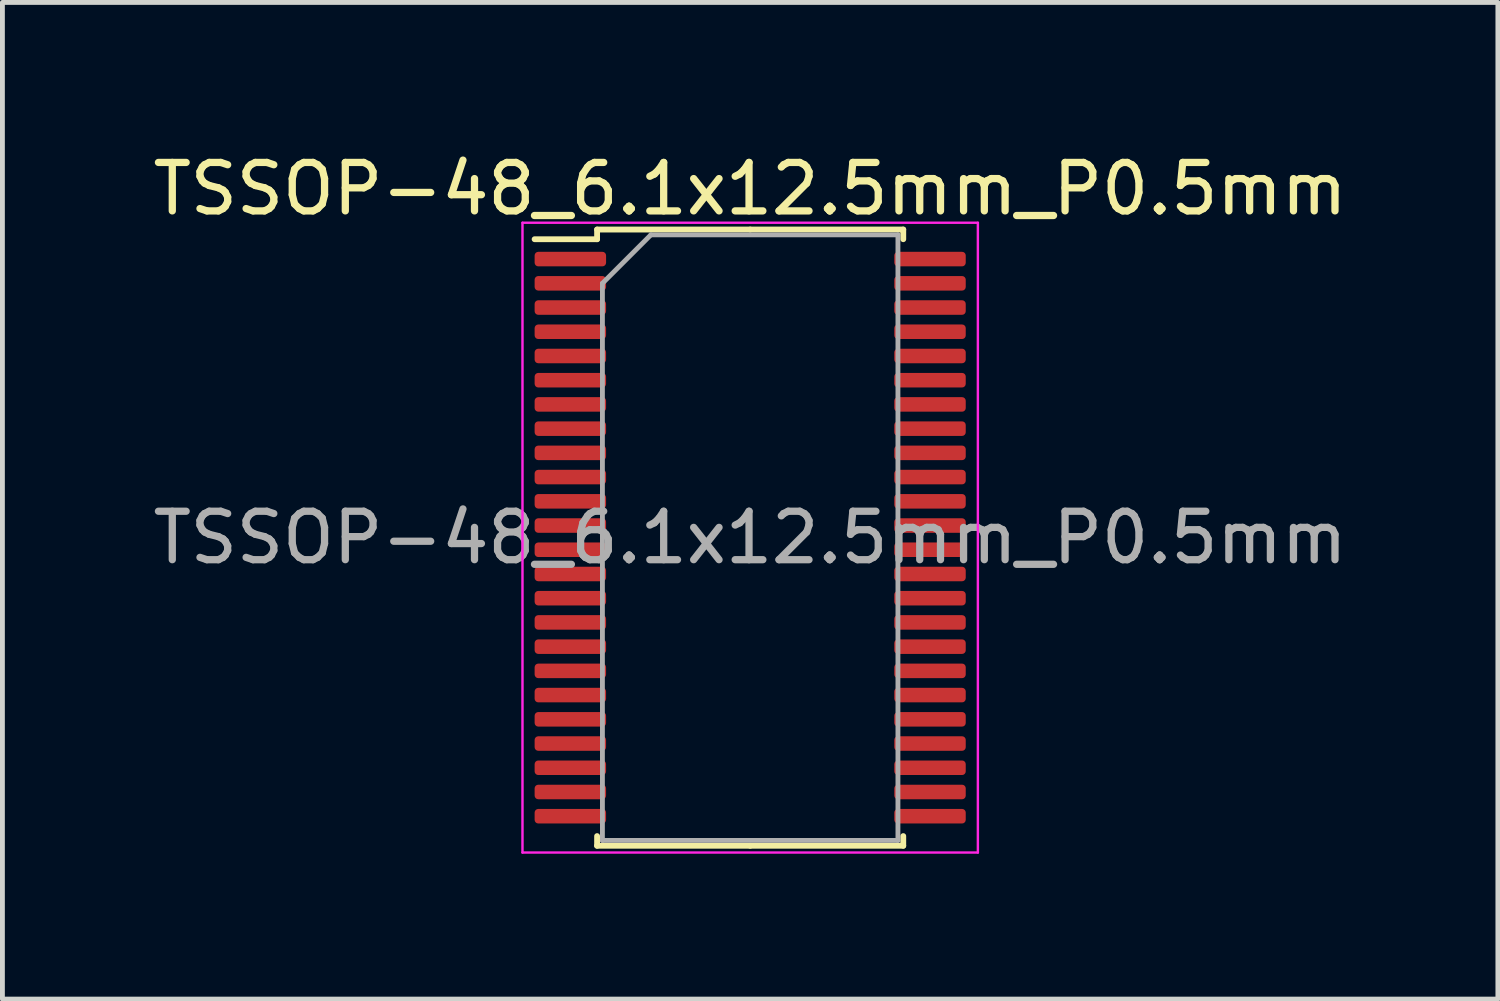
<source format=kicad_pcb>
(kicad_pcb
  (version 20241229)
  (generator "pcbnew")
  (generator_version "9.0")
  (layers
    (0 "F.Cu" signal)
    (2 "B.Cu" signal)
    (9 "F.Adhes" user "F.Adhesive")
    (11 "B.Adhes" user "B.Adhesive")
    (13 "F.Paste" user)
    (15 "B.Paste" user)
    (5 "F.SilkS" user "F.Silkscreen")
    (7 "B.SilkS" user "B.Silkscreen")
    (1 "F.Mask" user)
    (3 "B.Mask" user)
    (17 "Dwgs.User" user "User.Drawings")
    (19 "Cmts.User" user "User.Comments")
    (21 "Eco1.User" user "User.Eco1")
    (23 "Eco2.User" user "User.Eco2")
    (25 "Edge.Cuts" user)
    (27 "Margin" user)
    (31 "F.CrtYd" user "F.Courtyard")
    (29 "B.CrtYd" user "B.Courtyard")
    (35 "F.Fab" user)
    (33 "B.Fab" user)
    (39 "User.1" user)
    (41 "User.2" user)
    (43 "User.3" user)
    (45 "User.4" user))
  (footprint "TSSOP-48_6.1x12.5mm_P0.5mm"
    (layer "F.Cu")
    (at 12.435 8.048)
    (property "Reference" "TSSOP-48_6.1x12.5mm_P0.5mm" (at 0 -7.2 180) (layer "F.SilkS") (effects (font (size 1 1) (thickness 0.15))))
    (attr smd)
    (fp_line (start -3.16 -6.36) (end -3.16 -6.16) (stroke (width 0.12) (type solid)) (layer "F.SilkS"))
    (fp_line (start -3.16 -6.16) (end -4.45 -6.16) (stroke (width 0.12) (type solid)) (layer "F.SilkS"))
    (fp_line (start -3.16 6.36) (end -3.16 6.16) (stroke (width 0.12) (type solid)) (layer "F.SilkS"))
    (fp_line (start 0 -6.36) (end -3.16 -6.36) (stroke (width 0.12) (type solid)) (layer "F.SilkS"))
    (fp_line (start 0 -6.36) (end 3.16 -6.36) (stroke (width 0.12) (type solid)) (layer "F.SilkS"))
    (fp_line (start 0 6.36) (end -3.16 6.36) (stroke (width 0.12) (type solid)) (layer "F.SilkS"))
    (fp_line (start 0 6.36) (end 3.16 6.36) (stroke (width 0.12) (type solid)) (layer "F.SilkS"))
    (fp_line (start 3.16 -6.36) (end 3.16 -6.16) (stroke (width 0.12) (type solid)) (layer "F.SilkS"))
    (fp_line (start 3.16 6.36) (end 3.16 6.16) (stroke (width 0.12) (type solid)) (layer "F.SilkS"))
    (fp_line (start -4.7 -6.5) (end -4.7 6.5) (stroke (width 0.05) (type solid)) (layer "F.CrtYd"))
    (fp_line (start -4.7 6.5) (end 4.7 6.5) (stroke (width 0.05) (type solid)) (layer "F.CrtYd"))
    (fp_line (start 4.7 -6.5) (end -4.7 -6.5) (stroke (width 0.05) (type solid)) (layer "F.CrtYd"))
    (fp_line (start 4.7 6.5) (end 4.7 -6.5) (stroke (width 0.05) (type solid)) (layer "F.CrtYd"))
    (fp_line (start -3.05 -5.25) (end -2.05 -6.25) (stroke (width 0.1) (type solid)) (layer "F.Fab"))
    (fp_line (start -3.05 6.25) (end -3.05 -5.25) (stroke (width 0.1) (type solid)) (layer "F.Fab"))
    (fp_line (start -2.05 -6.25) (end 3.05 -6.25) (stroke (width 0.1) (type solid)) (layer "F.Fab"))
    (fp_line (start 3.05 -6.25) (end 3.05 6.25) (stroke (width 0.1) (type solid)) (layer "F.Fab"))
    (fp_line (start 3.05 6.25) (end -3.05 6.25) (stroke (width 0.1) (type solid)) (layer "F.Fab"))
    (fp_text user "${REFERENCE}" (at 0 0 180) (layer "F.Fab") (effects (font (size 1 1) (thickness 0.15))))
    (pad "1" smd roundrect (at -3.712 -5.75) (size 1.475 0.3) (layers "F.Cu" "F.Mask" "F.Paste") (roundrect_rratio 0.25))
    (pad "2" smd roundrect (at -3.712 -5.25) (size 1.475 0.3) (layers "F.Cu" "F.Mask" "F.Paste") (roundrect_rratio 0.25))
    (pad "3" smd roundrect (at -3.712 -4.75) (size 1.475 0.3) (layers "F.Cu" "F.Mask" "F.Paste") (roundrect_rratio 0.25))
    (pad "4" smd roundrect (at -3.712 -4.25) (size 1.475 0.3) (layers "F.Cu" "F.Mask" "F.Paste") (roundrect_rratio 0.25))
    (pad "5" smd roundrect (at -3.712 -3.75) (size 1.475 0.3) (layers "F.Cu" "F.Mask" "F.Paste") (roundrect_rratio 0.25))
    (pad "6" smd roundrect (at -3.712 -3.25) (size 1.475 0.3) (layers "F.Cu" "F.Mask" "F.Paste") (roundrect_rratio 0.25))
    (pad "7" smd roundrect (at -3.712 -2.75) (size 1.475 0.3) (layers "F.Cu" "F.Mask" "F.Paste") (roundrect_rratio 0.25))
    (pad "8" smd roundrect (at -3.712 -2.25) (size 1.475 0.3) (layers "F.Cu" "F.Mask" "F.Paste") (roundrect_rratio 0.25))
    (pad "9" smd roundrect (at -3.712 -1.75) (size 1.475 0.3) (layers "F.Cu" "F.Mask" "F.Paste") (roundrect_rratio 0.25))
    (pad "10" smd roundrect (at -3.712 -1.25) (size 1.475 0.3) (layers "F.Cu" "F.Mask" "F.Paste") (roundrect_rratio 0.25))
    (pad "11" smd roundrect (at -3.712 -0.75) (size 1.475 0.3) (layers "F.Cu" "F.Mask" "F.Paste") (roundrect_rratio 0.25))
    (pad "12" smd roundrect (at -3.712 -0.25) (size 1.475 0.3) (layers "F.Cu" "F.Mask" "F.Paste") (roundrect_rratio 0.25))
    (pad "13" smd roundrect (at -3.712 0.25) (size 1.475 0.3) (layers "F.Cu" "F.Mask" "F.Paste") (roundrect_rratio 0.25))
    (pad "14" smd roundrect (at -3.712 0.75) (size 1.475 0.3) (layers "F.Cu" "F.Mask" "F.Paste") (roundrect_rratio 0.25))
    (pad "15" smd roundrect (at -3.712 1.25) (size 1.475 0.3) (layers "F.Cu" "F.Mask" "F.Paste") (roundrect_rratio 0.25))
    (pad "16" smd roundrect (at -3.712 1.75) (size 1.475 0.3) (layers "F.Cu" "F.Mask" "F.Paste") (roundrect_rratio 0.25))
    (pad "17" smd roundrect (at -3.712 2.25) (size 1.475 0.3) (layers "F.Cu" "F.Mask" "F.Paste") (roundrect_rratio 0.25))
    (pad "18" smd roundrect (at -3.712 2.75) (size 1.475 0.3) (layers "F.Cu" "F.Mask" "F.Paste") (roundrect_rratio 0.25))
    (pad "19" smd roundrect (at -3.712 3.25) (size 1.475 0.3) (layers "F.Cu" "F.Mask" "F.Paste") (roundrect_rratio 0.25))
    (pad "20" smd roundrect (at -3.712 3.75) (size 1.475 0.3) (layers "F.Cu" "F.Mask" "F.Paste") (roundrect_rratio 0.25))
    (pad "21" smd roundrect (at -3.712 4.25) (size 1.475 0.3) (layers "F.Cu" "F.Mask" "F.Paste") (roundrect_rratio 0.25))
    (pad "22" smd roundrect (at -3.712 4.75) (size 1.475 0.3) (layers "F.Cu" "F.Mask" "F.Paste") (roundrect_rratio 0.25))
    (pad "23" smd roundrect (at -3.712 5.25) (size 1.475 0.3) (layers "F.Cu" "F.Mask" "F.Paste") (roundrect_rratio 0.25))
    (pad "24" smd roundrect (at -3.712 5.75) (size 1.475 0.3) (layers "F.Cu" "F.Mask" "F.Paste") (roundrect_rratio 0.25))
    (pad "25" smd roundrect (at 3.712 5.75) (size 1.475 0.3) (layers "F.Cu" "F.Mask" "F.Paste") (roundrect_rratio 0.25))
    (pad "26" smd roundrect (at 3.712 5.25) (size 1.475 0.3) (layers "F.Cu" "F.Mask" "F.Paste") (roundrect_rratio 0.25))
    (pad "27" smd roundrect (at 3.712 4.75) (size 1.475 0.3) (layers "F.Cu" "F.Mask" "F.Paste") (roundrect_rratio 0.25))
    (pad "28" smd roundrect (at 3.712 4.25) (size 1.475 0.3) (layers "F.Cu" "F.Mask" "F.Paste") (roundrect_rratio 0.25))
    (pad "29" smd roundrect (at 3.712 3.75) (size 1.475 0.3) (layers "F.Cu" "F.Mask" "F.Paste") (roundrect_rratio 0.25))
    (pad "30" smd roundrect (at 3.712 3.25) (size 1.475 0.3) (layers "F.Cu" "F.Mask" "F.Paste") (roundrect_rratio 0.25))
    (pad "31" smd roundrect (at 3.712 2.75) (size 1.475 0.3) (layers "F.Cu" "F.Mask" "F.Paste") (roundrect_rratio 0.25))
    (pad "32" smd roundrect (at 3.712 2.25) (size 1.475 0.3) (layers "F.Cu" "F.Mask" "F.Paste") (roundrect_rratio 0.25))
    (pad "33" smd roundrect (at 3.712 1.75) (size 1.475 0.3) (layers "F.Cu" "F.Mask" "F.Paste") (roundrect_rratio 0.25))
    (pad "34" smd roundrect (at 3.712 1.25) (size 1.475 0.3) (layers "F.Cu" "F.Mask" "F.Paste") (roundrect_rratio 0.25))
    (pad "35" smd roundrect (at 3.712 0.75) (size 1.475 0.3) (layers "F.Cu" "F.Mask" "F.Paste") (roundrect_rratio 0.25))
    (pad "36" smd roundrect (at 3.712 0.25) (size 1.475 0.3) (layers "F.Cu" "F.Mask" "F.Paste") (roundrect_rratio 0.25))
    (pad "37" smd roundrect (at 3.712 -0.25) (size 1.475 0.3) (layers "F.Cu" "F.Mask" "F.Paste") (roundrect_rratio 0.25))
    (pad "38" smd roundrect (at 3.712 -0.75) (size 1.475 0.3) (layers "F.Cu" "F.Mask" "F.Paste") (roundrect_rratio 0.25))
    (pad "39" smd roundrect (at 3.712 -1.25) (size 1.475 0.3) (layers "F.Cu" "F.Mask" "F.Paste") (roundrect_rratio 0.25))
    (pad "40" smd roundrect (at 3.712 -1.75) (size 1.475 0.3) (layers "F.Cu" "F.Mask" "F.Paste") (roundrect_rratio 0.25))
    (pad "41" smd roundrect (at 3.712 -2.25) (size 1.475 0.3) (layers "F.Cu" "F.Mask" "F.Paste") (roundrect_rratio 0.25))
    (pad "42" smd roundrect (at 3.712 -2.75) (size 1.475 0.3) (layers "F.Cu" "F.Mask" "F.Paste") (roundrect_rratio 0.25))
    (pad "43" smd roundrect (at 3.712 -3.25) (size 1.475 0.3) (layers "F.Cu" "F.Mask" "F.Paste") (roundrect_rratio 0.25))
    (pad "44" smd roundrect (at 3.712 -3.75) (size 1.475 0.3) (layers "F.Cu" "F.Mask" "F.Paste") (roundrect_rratio 0.25))
    (pad "45" smd roundrect (at 3.712 -4.25) (size 1.475 0.3) (layers "F.Cu" "F.Mask" "F.Paste") (roundrect_rratio 0.25))
    (pad "46" smd roundrect (at 3.712 -4.75) (size 1.475 0.3) (layers "F.Cu" "F.Mask" "F.Paste") (roundrect_rratio 0.25))
    (pad "47" smd roundrect (at 3.712 -5.25) (size 1.475 0.3) (layers "F.Cu" "F.Mask" "F.Paste") (roundrect_rratio 0.25))
    (pad "48" smd roundrect (at 3.712 -5.75) (size 1.475 0.3) (layers "F.Cu" "F.Mask" "F.Paste") (roundrect_rratio 0.25)))
  (gr_rect
    (start -3 -3)
    (end 27.869 17.573)
    (stroke (width 0.1) (type default))
    (fill no)
    (layer "Edge.Cuts")))
</source>
